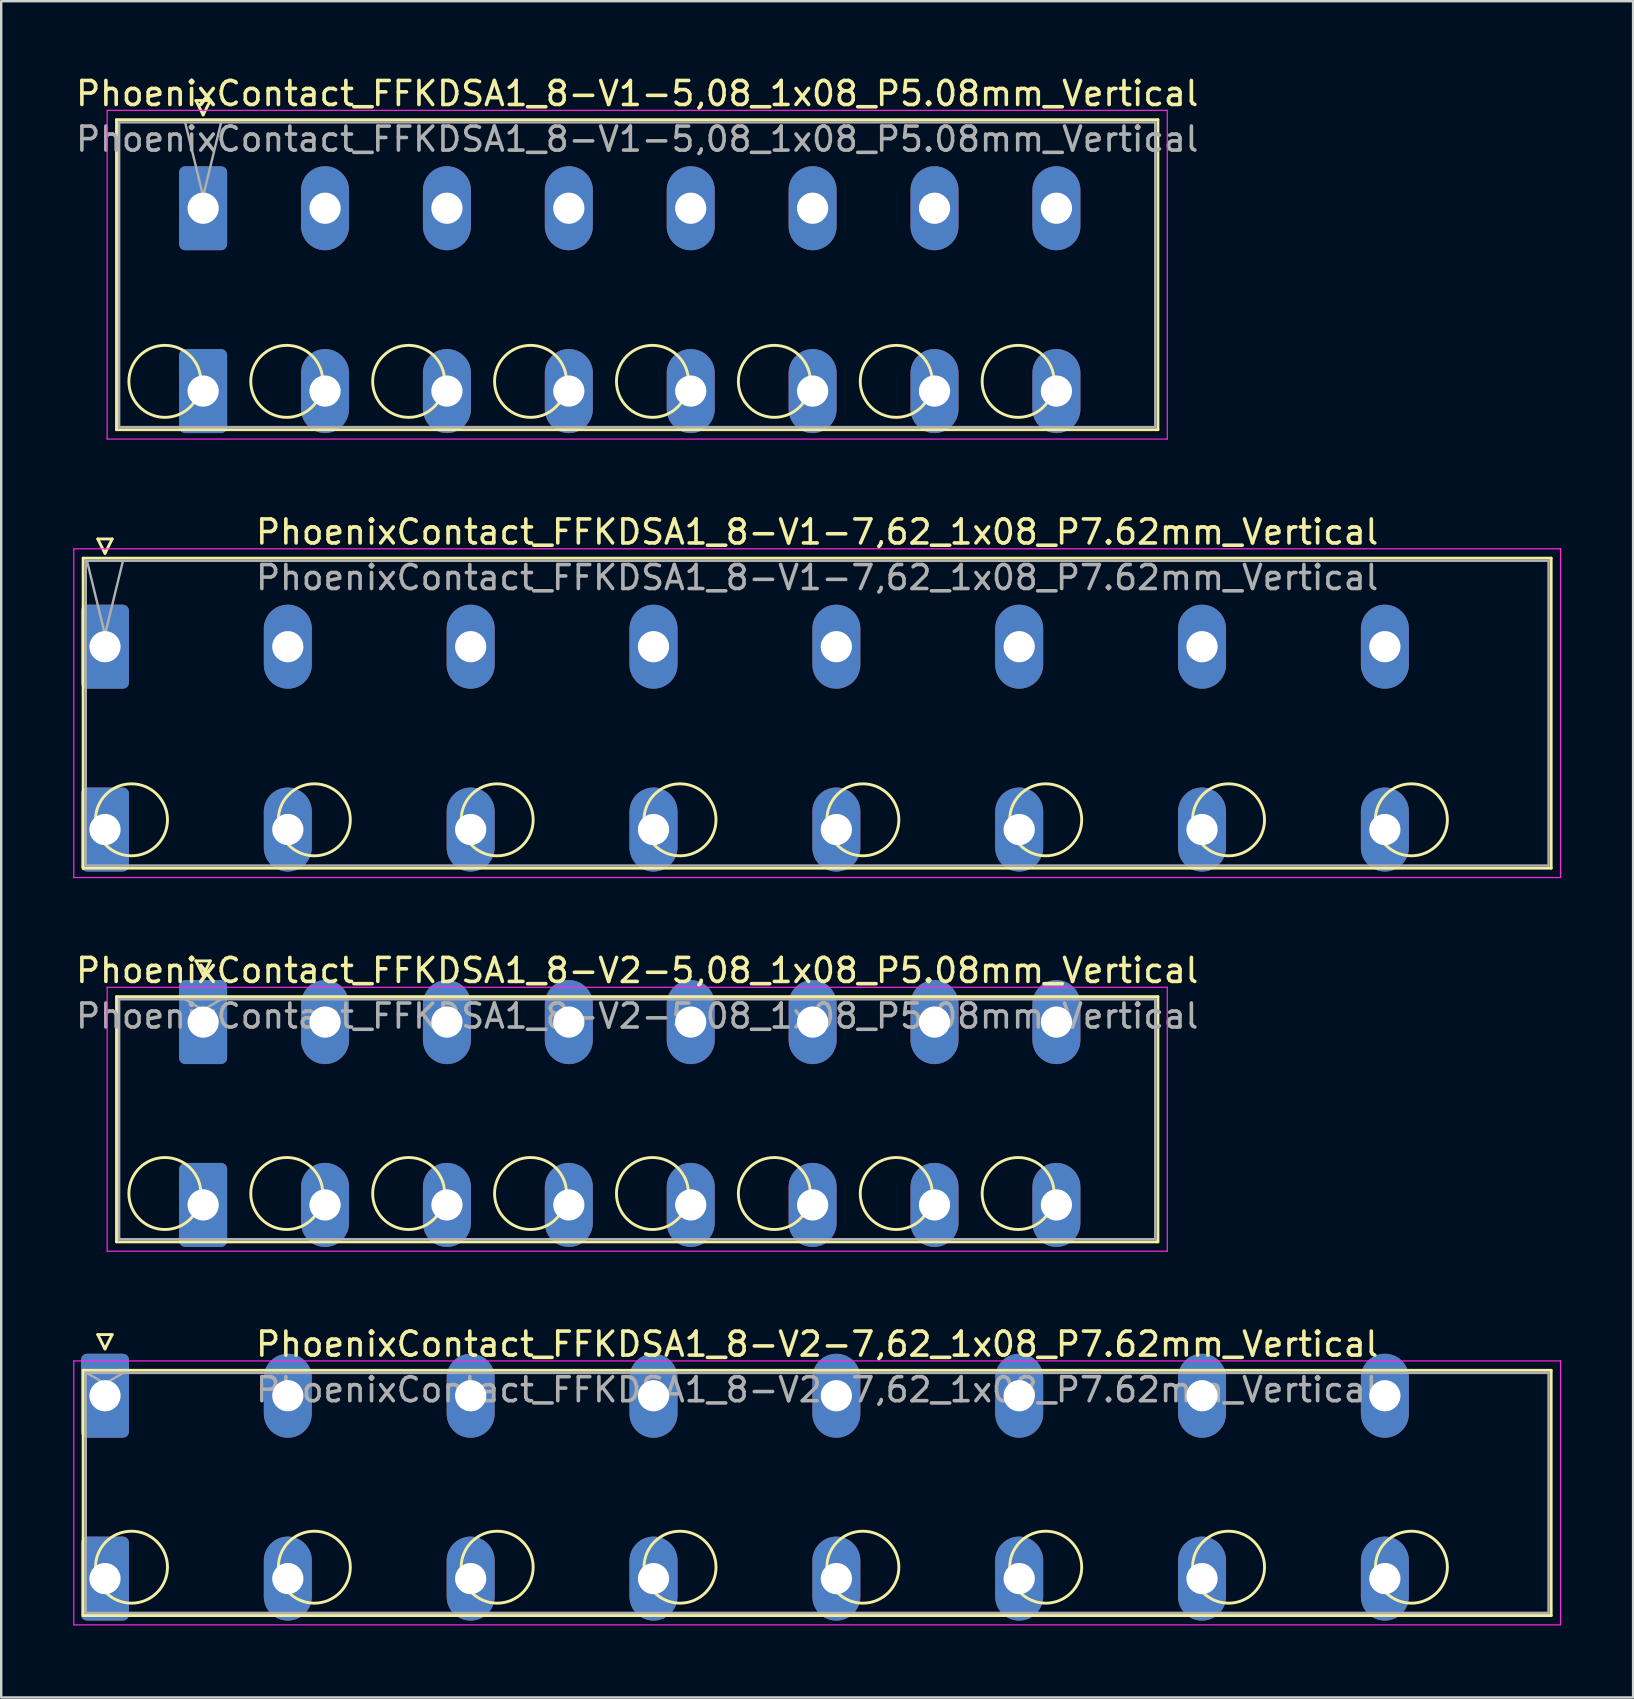
<source format=kicad_pcb>
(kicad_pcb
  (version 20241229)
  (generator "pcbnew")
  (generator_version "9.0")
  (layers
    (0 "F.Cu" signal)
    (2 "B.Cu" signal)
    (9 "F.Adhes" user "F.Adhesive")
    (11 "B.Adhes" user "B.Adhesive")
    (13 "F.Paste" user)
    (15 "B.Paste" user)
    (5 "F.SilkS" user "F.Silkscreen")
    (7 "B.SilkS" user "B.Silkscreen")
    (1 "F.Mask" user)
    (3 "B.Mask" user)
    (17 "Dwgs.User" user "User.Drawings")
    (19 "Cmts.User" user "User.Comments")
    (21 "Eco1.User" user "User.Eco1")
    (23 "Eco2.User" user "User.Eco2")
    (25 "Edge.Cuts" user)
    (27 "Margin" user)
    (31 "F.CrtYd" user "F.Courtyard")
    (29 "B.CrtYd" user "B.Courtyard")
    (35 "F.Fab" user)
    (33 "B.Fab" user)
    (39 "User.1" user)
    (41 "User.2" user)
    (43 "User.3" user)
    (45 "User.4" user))
  (footprint "PhoenixContact_FFKDSA1_8-V1-7,62_1x08_P7.62mm_Vertical"
    (layer "F.Cu")
    (at 1.325 23.901)
    (property "Reference" "PhoenixContact_FFKDSA1_8-V1-7,62_1x08_P7.62mm_Vertical" (at 29.68 -4.78 0) (layer "F.SilkS") (effects (font (size 1 1) (thickness 0.15))))
    (attr through_hole)
    (fp_line (start -0.91 -3.69) (end -0.91 9.23) (stroke (width 0.12) (type solid)) (layer "F.SilkS"))
    (fp_line (start -0.91 9.23) (end 60.27 9.23) (stroke (width 0.12) (type solid)) (layer "F.SilkS"))
    (fp_line (start -0.3 -4.49) (end 0.3 -4.49) (stroke (width 0.12) (type solid)) (layer "F.SilkS"))
    (fp_line (start 0 -3.89) (end -0.3 -4.49) (stroke (width 0.12) (type solid)) (layer "F.SilkS"))
    (fp_line (start 0.3 -4.49) (end 0 -3.89) (stroke (width 0.12) (type solid)) (layer "F.SilkS"))
    (fp_line (start 60.27 -3.69) (end -0.91 -3.69) (stroke (width 0.12) (type solid)) (layer "F.SilkS"))
    (fp_line (start 60.27 9.23) (end 60.27 -3.69) (stroke (width 0.12) (type solid)) (layer "F.SilkS"))
    (fp_circle (center 1.105 7.215) (end 2.605 7.215) (stroke (width 0.12) (type solid)) (fill no) (layer "F.SilkS"))
    (fp_circle (center 8.725 7.215) (end 10.225 7.215) (stroke (width 0.12) (type solid)) (fill no) (layer "F.SilkS"))
    (fp_circle (center 16.345 7.215) (end 17.845 7.215) (stroke (width 0.12) (type solid)) (fill no) (layer "F.SilkS"))
    (fp_circle (center 23.965 7.215) (end 25.465 7.215) (stroke (width 0.12) (type solid)) (fill no) (layer "F.SilkS"))
    (fp_circle (center 31.585 7.215) (end 33.085 7.215) (stroke (width 0.12) (type solid)) (fill no) (layer "F.SilkS"))
    (fp_circle (center 39.205 7.215) (end 40.705 7.215) (stroke (width 0.12) (type solid)) (fill no) (layer "F.SilkS"))
    (fp_circle (center 46.825 7.215) (end 48.325 7.215) (stroke (width 0.12) (type solid)) (fill no) (layer "F.SilkS"))
    (fp_circle (center 54.445 7.215) (end 55.945 7.215) (stroke (width 0.12) (type solid)) (fill no) (layer "F.SilkS"))
    (fp_line (start -1.3 -4.08) (end -1.3 9.62) (stroke (width 0.05) (type solid)) (layer "F.CrtYd"))
    (fp_line (start -1.3 9.62) (end 60.66 9.62) (stroke (width 0.05) (type solid)) (layer "F.CrtYd"))
    (fp_line (start 60.66 -4.08) (end -1.3 -4.08) (stroke (width 0.05) (type solid)) (layer "F.CrtYd"))
    (fp_line (start 60.66 9.62) (end 60.66 -4.08) (stroke (width 0.05) (type solid)) (layer "F.CrtYd"))
    (fp_line (start -0.8 -3.58) (end -0.8 9.12) (stroke (width 0.1) (type solid)) (layer "F.Fab"))
    (fp_line (start -0.8 9.12) (end 60.16 9.12) (stroke (width 0.1) (type solid)) (layer "F.Fab"))
    (fp_line (start 0 -0.5) (end -0.75 -3.58) (stroke (width 0.1) (type solid)) (layer "F.Fab"))
    (fp_line (start 0.75 -3.58) (end 0 -0.5) (stroke (width 0.1) (type solid)) (layer "F.Fab"))
    (fp_line (start 60.16 -3.58) (end -0.8 -3.58) (stroke (width 0.1) (type solid)) (layer "F.Fab"))
    (fp_line (start 60.16 9.12) (end 60.16 -3.58) (stroke (width 0.1) (type solid)) (layer "F.Fab"))
    (fp_text user "${REFERENCE}" (at 29.68 -2.88 0) (layer "F.Fab") (effects (font (size 1 1) (thickness 0.15))))
    (pad "1" thru_hole roundrect (at 0 0) (size 2 3.5) (drill 1.3) (layers "*.Cu" "*.Mask") (roundrect_rratio 0.125))
    (pad "1" thru_hole roundrect (at 0 7.62) (size 2 3.5) (drill 1.3) (layers "*.Cu" "*.Mask") (roundrect_rratio 0.125))
    (pad "2" thru_hole oval (at 7.62 0) (size 2 3.5) (drill 1.3) (layers "*.Cu" "*.Mask"))
    (pad "2" thru_hole oval (at 7.62 7.62) (size 2 3.5) (drill 1.3) (layers "*.Cu" "*.Mask"))
    (pad "3" thru_hole oval (at 15.24 0) (size 2 3.5) (drill 1.3) (layers "*.Cu" "*.Mask"))
    (pad "3" thru_hole oval (at 15.24 7.62) (size 2 3.5) (drill 1.3) (layers "*.Cu" "*.Mask"))
    (pad "4" thru_hole oval (at 22.86 0) (size 2 3.5) (drill 1.3) (layers "*.Cu" "*.Mask"))
    (pad "4" thru_hole oval (at 22.86 7.62) (size 2 3.5) (drill 1.3) (layers "*.Cu" "*.Mask"))
    (pad "5" thru_hole oval (at 30.48 0) (size 2 3.5) (drill 1.3) (layers "*.Cu" "*.Mask"))
    (pad "5" thru_hole oval (at 30.48 7.62) (size 2 3.5) (drill 1.3) (layers "*.Cu" "*.Mask"))
    (pad "6" thru_hole oval (at 38.1 0) (size 2 3.5) (drill 1.3) (layers "*.Cu" "*.Mask"))
    (pad "6" thru_hole oval (at 38.1 7.62) (size 2 3.5) (drill 1.3) (layers "*.Cu" "*.Mask"))
    (pad "7" thru_hole oval (at 45.72 0) (size 2 3.5) (drill 1.3) (layers "*.Cu" "*.Mask"))
    (pad "7" thru_hole oval (at 45.72 7.62) (size 2 3.5) (drill 1.3) (layers "*.Cu" "*.Mask"))
    (pad "8" thru_hole oval (at 53.34 0) (size 2 3.5) (drill 1.3) (layers "*.Cu" "*.Mask"))
    (pad "8" thru_hole oval (at 53.34 7.62) (size 2 3.5) (drill 1.3) (layers "*.Cu" "*.Mask")))
  (footprint "PhoenixContact_FFKDSA1_8-V2-7,62_1x08_P7.62mm_Vertical"
    (layer "F.Cu")
    (at 1.325 55.118)
    (property "Reference" "PhoenixContact_FFKDSA1_8-V2-7,62_1x08_P7.62mm_Vertical" (at 29.68 -2.15 0) (layer "F.SilkS") (effects (font (size 1 1) (thickness 0.15))))
    (attr through_hole)
    (fp_line (start -0.91 -1.06) (end -0.91 9.16) (stroke (width 0.12) (type solid)) (layer "F.SilkS"))
    (fp_line (start -0.91 9.16) (end 60.27 9.16) (stroke (width 0.12) (type solid)) (layer "F.SilkS"))
    (fp_line (start -0.3 -2.55) (end 0.3 -2.55) (stroke (width 0.12) (type solid)) (layer "F.SilkS"))
    (fp_line (start 0 -1.95) (end -0.3 -2.55) (stroke (width 0.12) (type solid)) (layer "F.SilkS"))
    (fp_line (start 0.3 -2.55) (end 0 -1.95) (stroke (width 0.12) (type solid)) (layer "F.SilkS"))
    (fp_line (start 60.27 -1.06) (end -0.91 -1.06) (stroke (width 0.12) (type solid)) (layer "F.SilkS"))
    (fp_line (start 60.27 9.16) (end 60.27 -1.06) (stroke (width 0.12) (type solid)) (layer "F.SilkS"))
    (fp_circle (center 1.105 7.145) (end 2.605 7.145) (stroke (width 0.12) (type solid)) (fill no) (layer "F.SilkS"))
    (fp_circle (center 8.725 7.145) (end 10.225 7.145) (stroke (width 0.12) (type solid)) (fill no) (layer "F.SilkS"))
    (fp_circle (center 16.345 7.145) (end 17.845 7.145) (stroke (width 0.12) (type solid)) (fill no) (layer "F.SilkS"))
    (fp_circle (center 23.965 7.145) (end 25.465 7.145) (stroke (width 0.12) (type solid)) (fill no) (layer "F.SilkS"))
    (fp_circle (center 31.585 7.145) (end 33.085 7.145) (stroke (width 0.12) (type solid)) (fill no) (layer "F.SilkS"))
    (fp_circle (center 39.205 7.145) (end 40.705 7.145) (stroke (width 0.12) (type solid)) (fill no) (layer "F.SilkS"))
    (fp_circle (center 46.825 7.145) (end 48.325 7.145) (stroke (width 0.12) (type solid)) (fill no) (layer "F.SilkS"))
    (fp_circle (center 54.445 7.145) (end 55.945 7.145) (stroke (width 0.12) (type solid)) (fill no) (layer "F.SilkS"))
    (fp_line (start -1.3 -1.45) (end -1.3 9.55) (stroke (width 0.05) (type solid)) (layer "F.CrtYd"))
    (fp_line (start -1.3 9.55) (end 60.66 9.55) (stroke (width 0.05) (type solid)) (layer "F.CrtYd"))
    (fp_line (start 60.66 -1.45) (end -1.3 -1.45) (stroke (width 0.05) (type solid)) (layer "F.CrtYd"))
    (fp_line (start 60.66 9.55) (end 60.66 -1.45) (stroke (width 0.05) (type solid)) (layer "F.CrtYd"))
    (fp_line (start -0.8 -0.95) (end -0.8 9.05) (stroke (width 0.1) (type solid)) (layer "F.Fab"))
    (fp_line (start -0.8 9.05) (end 60.16 9.05) (stroke (width 0.1) (type solid)) (layer "F.Fab"))
    (fp_line (start 0 -0.5) (end -0.75 -0.95) (stroke (width 0.1) (type solid)) (layer "F.Fab"))
    (fp_line (start 0.75 -0.95) (end 0 -0.5) (stroke (width 0.1) (type solid)) (layer "F.Fab"))
    (fp_line (start 60.16 -0.95) (end -0.8 -0.95) (stroke (width 0.1) (type solid)) (layer "F.Fab"))
    (fp_line (start 60.16 9.05) (end 60.16 -0.95) (stroke (width 0.1) (type solid)) (layer "F.Fab"))
    (fp_text user "${REFERENCE}" (at 29.68 -0.25 0) (layer "F.Fab") (effects (font (size 1 1) (thickness 0.15))))
    (pad "1" thru_hole roundrect (at 0 0) (size 2 3.5) (drill 1.3) (layers "*.Cu" "*.Mask") (roundrect_rratio 0.125))
    (pad "1" thru_hole roundrect (at 0 7.62) (size 2 3.5) (drill 1.3) (layers "*.Cu" "*.Mask") (roundrect_rratio 0.125))
    (pad "2" thru_hole oval (at 7.62 0) (size 2 3.5) (drill 1.3) (layers "*.Cu" "*.Mask"))
    (pad "2" thru_hole oval (at 7.62 7.62) (size 2 3.5) (drill 1.3) (layers "*.Cu" "*.Mask"))
    (pad "3" thru_hole oval (at 15.24 0) (size 2 3.5) (drill 1.3) (layers "*.Cu" "*.Mask"))
    (pad "3" thru_hole oval (at 15.24 7.62) (size 2 3.5) (drill 1.3) (layers "*.Cu" "*.Mask"))
    (pad "4" thru_hole oval (at 22.86 0) (size 2 3.5) (drill 1.3) (layers "*.Cu" "*.Mask"))
    (pad "4" thru_hole oval (at 22.86 7.62) (size 2 3.5) (drill 1.3) (layers "*.Cu" "*.Mask"))
    (pad "5" thru_hole oval (at 30.48 0) (size 2 3.5) (drill 1.3) (layers "*.Cu" "*.Mask"))
    (pad "5" thru_hole oval (at 30.48 7.62) (size 2 3.5) (drill 1.3) (layers "*.Cu" "*.Mask"))
    (pad "6" thru_hole oval (at 38.1 0) (size 2 3.5) (drill 1.3) (layers "*.Cu" "*.Mask"))
    (pad "6" thru_hole oval (at 38.1 7.62) (size 2 3.5) (drill 1.3) (layers "*.Cu" "*.Mask"))
    (pad "7" thru_hole oval (at 45.72 0) (size 2 3.5) (drill 1.3) (layers "*.Cu" "*.Mask"))
    (pad "7" thru_hole oval (at 45.72 7.62) (size 2 3.5) (drill 1.3) (layers "*.Cu" "*.Mask"))
    (pad "8" thru_hole oval (at 53.34 0) (size 2 3.5) (drill 1.3) (layers "*.Cu" "*.Mask"))
    (pad "8" thru_hole oval (at 53.34 7.62) (size 2 3.5) (drill 1.3) (layers "*.Cu" "*.Mask")))
  (footprint "PhoenixContact_FFKDSA1_8-V2-5,08_1x08_P5.08mm_Vertical"
    (layer "F.Cu")
    (at 5.416 39.545)
    (property "Reference" "PhoenixContact_FFKDSA1_8-V2-5,08_1x08_P5.08mm_Vertical" (at 18.09 -2.15 0) (layer "F.SilkS") (effects (font (size 1 1) (thickness 0.15))))
    (attr through_hole)
    (fp_line (start -3.61 -1.06) (end -3.61 9.16) (stroke (width 0.12) (type solid)) (layer "F.SilkS"))
    (fp_line (start -3.61 9.16) (end 39.79 9.16) (stroke (width 0.12) (type solid)) (layer "F.SilkS"))
    (fp_line (start -0.3 -2.55) (end 0.3 -2.55) (stroke (width 0.12) (type solid)) (layer "F.SilkS"))
    (fp_line (start 0 -1.95) (end -0.3 -2.55) (stroke (width 0.12) (type solid)) (layer "F.SilkS"))
    (fp_line (start 0.3 -2.55) (end 0 -1.95) (stroke (width 0.12) (type solid)) (layer "F.SilkS"))
    (fp_line (start 39.79 -1.06) (end -3.61 -1.06) (stroke (width 0.12) (type solid)) (layer "F.SilkS"))
    (fp_line (start 39.79 9.16) (end 39.79 -1.06) (stroke (width 0.12) (type solid)) (layer "F.SilkS"))
    (fp_circle (center -1.595 7.145) (end -0.095 7.145) (stroke (width 0.12) (type solid)) (fill no) (layer "F.SilkS"))
    (fp_circle (center 3.485 7.145) (end 4.985 7.145) (stroke (width 0.12) (type solid)) (fill no) (layer "F.SilkS"))
    (fp_circle (center 8.565 7.145) (end 10.065 7.145) (stroke (width 0.12) (type solid)) (fill no) (layer "F.SilkS"))
    (fp_circle (center 13.645 7.145) (end 15.145 7.145) (stroke (width 0.12) (type solid)) (fill no) (layer "F.SilkS"))
    (fp_circle (center 18.725 7.145) (end 20.225 7.145) (stroke (width 0.12) (type solid)) (fill no) (layer "F.SilkS"))
    (fp_circle (center 23.805 7.145) (end 25.305 7.145) (stroke (width 0.12) (type solid)) (fill no) (layer "F.SilkS"))
    (fp_circle (center 28.885 7.145) (end 30.385 7.145) (stroke (width 0.12) (type solid)) (fill no) (layer "F.SilkS"))
    (fp_circle (center 33.965 7.145) (end 35.465 7.145) (stroke (width 0.12) (type solid)) (fill no) (layer "F.SilkS"))
    (fp_line (start -4 -1.45) (end -4 9.55) (stroke (width 0.05) (type solid)) (layer "F.CrtYd"))
    (fp_line (start -4 9.55) (end 40.18 9.55) (stroke (width 0.05) (type solid)) (layer "F.CrtYd"))
    (fp_line (start 40.18 -1.45) (end -4 -1.45) (stroke (width 0.05) (type solid)) (layer "F.CrtYd"))
    (fp_line (start 40.18 9.55) (end 40.18 -1.45) (stroke (width 0.05) (type solid)) (layer "F.CrtYd"))
    (fp_line (start -3.5 -0.95) (end -3.5 9.05) (stroke (width 0.1) (type solid)) (layer "F.Fab"))
    (fp_line (start -3.5 9.05) (end 39.68 9.05) (stroke (width 0.1) (type solid)) (layer "F.Fab"))
    (fp_line (start 0 -0.5) (end -0.75 -0.95) (stroke (width 0.1) (type solid)) (layer "F.Fab"))
    (fp_line (start 0.75 -0.95) (end 0 -0.5) (stroke (width 0.1) (type solid)) (layer "F.Fab"))
    (fp_line (start 39.68 -0.95) (end -3.5 -0.95) (stroke (width 0.1) (type solid)) (layer "F.Fab"))
    (fp_line (start 39.68 9.05) (end 39.68 -0.95) (stroke (width 0.1) (type solid)) (layer "F.Fab"))
    (fp_text user "${REFERENCE}" (at 18.09 -0.25 0) (layer "F.Fab") (effects (font (size 1 1) (thickness 0.15))))
    (pad "1" thru_hole roundrect (at 0 0) (size 2 3.5) (drill 1.3) (layers "*.Cu" "*.Mask") (roundrect_rratio 0.125))
    (pad "1" thru_hole roundrect (at 0 7.62) (size 2 3.5) (drill 1.3) (layers "*.Cu" "*.Mask") (roundrect_rratio 0.125))
    (pad "2" thru_hole oval (at 5.08 0) (size 2 3.5) (drill 1.3) (layers "*.Cu" "*.Mask"))
    (pad "2" thru_hole oval (at 5.08 7.62) (size 2 3.5) (drill 1.3) (layers "*.Cu" "*.Mask"))
    (pad "3" thru_hole oval (at 10.16 0) (size 2 3.5) (drill 1.3) (layers "*.Cu" "*.Mask"))
    (pad "3" thru_hole oval (at 10.16 7.62) (size 2 3.5) (drill 1.3) (layers "*.Cu" "*.Mask"))
    (pad "4" thru_hole oval (at 15.24 0) (size 2 3.5) (drill 1.3) (layers "*.Cu" "*.Mask"))
    (pad "4" thru_hole oval (at 15.24 7.62) (size 2 3.5) (drill 1.3) (layers "*.Cu" "*.Mask"))
    (pad "5" thru_hole oval (at 20.32 0) (size 2 3.5) (drill 1.3) (layers "*.Cu" "*.Mask"))
    (pad "5" thru_hole oval (at 20.32 7.62) (size 2 3.5) (drill 1.3) (layers "*.Cu" "*.Mask"))
    (pad "6" thru_hole oval (at 25.4 0) (size 2 3.5) (drill 1.3) (layers "*.Cu" "*.Mask"))
    (pad "6" thru_hole oval (at 25.4 7.62) (size 2 3.5) (drill 1.3) (layers "*.Cu" "*.Mask"))
    (pad "7" thru_hole oval (at 30.48 0) (size 2 3.5) (drill 1.3) (layers "*.Cu" "*.Mask"))
    (pad "7" thru_hole oval (at 30.48 7.62) (size 2 3.5) (drill 1.3) (layers "*.Cu" "*.Mask"))
    (pad "8" thru_hole oval (at 35.56 0) (size 2 3.5) (drill 1.3) (layers "*.Cu" "*.Mask"))
    (pad "8" thru_hole oval (at 35.56 7.62) (size 2 3.5) (drill 1.3) (layers "*.Cu" "*.Mask")))
  (footprint "PhoenixContact_FFKDSA1_8-V1-5,08_1x08_P5.08mm_Vertical"
    (layer "F.Cu")
    (at 5.416 5.628)
    (property "Reference" "PhoenixContact_FFKDSA1_8-V1-5,08_1x08_P5.08mm_Vertical" (at 18.09 -4.78 0) (layer "F.SilkS") (effects (font (size 1 1) (thickness 0.15))))
    (attr through_hole)
    (fp_line (start -3.61 -3.69) (end -3.61 9.23) (stroke (width 0.12) (type solid)) (layer "F.SilkS"))
    (fp_line (start -3.61 9.23) (end 39.79 9.23) (stroke (width 0.12) (type solid)) (layer "F.SilkS"))
    (fp_line (start -0.3 -4.49) (end 0.3 -4.49) (stroke (width 0.12) (type solid)) (layer "F.SilkS"))
    (fp_line (start 0 -3.89) (end -0.3 -4.49) (stroke (width 0.12) (type solid)) (layer "F.SilkS"))
    (fp_line (start 0.3 -4.49) (end 0 -3.89) (stroke (width 0.12) (type solid)) (layer "F.SilkS"))
    (fp_line (start 39.79 -3.69) (end -3.61 -3.69) (stroke (width 0.12) (type solid)) (layer "F.SilkS"))
    (fp_line (start 39.79 9.23) (end 39.79 -3.69) (stroke (width 0.12) (type solid)) (layer "F.SilkS"))
    (fp_circle (center -1.595 7.215) (end -0.095 7.215) (stroke (width 0.12) (type solid)) (fill no) (layer "F.SilkS"))
    (fp_circle (center 3.485 7.215) (end 4.985 7.215) (stroke (width 0.12) (type solid)) (fill no) (layer "F.SilkS"))
    (fp_circle (center 8.565 7.215) (end 10.065 7.215) (stroke (width 0.12) (type solid)) (fill no) (layer "F.SilkS"))
    (fp_circle (center 13.645 7.215) (end 15.145 7.215) (stroke (width 0.12) (type solid)) (fill no) (layer "F.SilkS"))
    (fp_circle (center 18.725 7.215) (end 20.225 7.215) (stroke (width 0.12) (type solid)) (fill no) (layer "F.SilkS"))
    (fp_circle (center 23.805 7.215) (end 25.305 7.215) (stroke (width 0.12) (type solid)) (fill no) (layer "F.SilkS"))
    (fp_circle (center 28.885 7.215) (end 30.385 7.215) (stroke (width 0.12) (type solid)) (fill no) (layer "F.SilkS"))
    (fp_circle (center 33.965 7.215) (end 35.465 7.215) (stroke (width 0.12) (type solid)) (fill no) (layer "F.SilkS"))
    (fp_line (start -4 -4.08) (end -4 9.62) (stroke (width 0.05) (type solid)) (layer "F.CrtYd"))
    (fp_line (start -4 9.62) (end 40.18 9.62) (stroke (width 0.05) (type solid)) (layer "F.CrtYd"))
    (fp_line (start 40.18 -4.08) (end -4 -4.08) (stroke (width 0.05) (type solid)) (layer "F.CrtYd"))
    (fp_line (start 40.18 9.62) (end 40.18 -4.08) (stroke (width 0.05) (type solid)) (layer "F.CrtYd"))
    (fp_line (start -3.5 -3.58) (end -3.5 9.12) (stroke (width 0.1) (type solid)) (layer "F.Fab"))
    (fp_line (start -3.5 9.12) (end 39.68 9.12) (stroke (width 0.1) (type solid)) (layer "F.Fab"))
    (fp_line (start 0 -0.5) (end -0.75 -3.58) (stroke (width 0.1) (type solid)) (layer "F.Fab"))
    (fp_line (start 0.75 -3.58) (end 0 -0.5) (stroke (width 0.1) (type solid)) (layer "F.Fab"))
    (fp_line (start 39.68 -3.58) (end -3.5 -3.58) (stroke (width 0.1) (type solid)) (layer "F.Fab"))
    (fp_line (start 39.68 9.12) (end 39.68 -3.58) (stroke (width 0.1) (type solid)) (layer "F.Fab"))
    (fp_text user "${REFERENCE}" (at 18.09 -2.88 0) (layer "F.Fab") (effects (font (size 1 1) (thickness 0.15))))
    (pad "1" thru_hole roundrect (at 0 0) (size 2 3.5) (drill 1.3) (layers "*.Cu" "*.Mask") (roundrect_rratio 0.125))
    (pad "1" thru_hole roundrect (at 0 7.62) (size 2 3.5) (drill 1.3) (layers "*.Cu" "*.Mask") (roundrect_rratio 0.125))
    (pad "2" thru_hole oval (at 5.08 0) (size 2 3.5) (drill 1.3) (layers "*.Cu" "*.Mask"))
    (pad "2" thru_hole oval (at 5.08 7.62) (size 2 3.5) (drill 1.3) (layers "*.Cu" "*.Mask"))
    (pad "3" thru_hole oval (at 10.16 0) (size 2 3.5) (drill 1.3) (layers "*.Cu" "*.Mask"))
    (pad "3" thru_hole oval (at 10.16 7.62) (size 2 3.5) (drill 1.3) (layers "*.Cu" "*.Mask"))
    (pad "4" thru_hole oval (at 15.24 0) (size 2 3.5) (drill 1.3) (layers "*.Cu" "*.Mask"))
    (pad "4" thru_hole oval (at 15.24 7.62) (size 2 3.5) (drill 1.3) (layers "*.Cu" "*.Mask"))
    (pad "5" thru_hole oval (at 20.32 0) (size 2 3.5) (drill 1.3) (layers "*.Cu" "*.Mask"))
    (pad "5" thru_hole oval (at 20.32 7.62) (size 2 3.5) (drill 1.3) (layers "*.Cu" "*.Mask"))
    (pad "6" thru_hole oval (at 25.4 0) (size 2 3.5) (drill 1.3) (layers "*.Cu" "*.Mask"))
    (pad "6" thru_hole oval (at 25.4 7.62) (size 2 3.5) (drill 1.3) (layers "*.Cu" "*.Mask"))
    (pad "7" thru_hole oval (at 30.48 0) (size 2 3.5) (drill 1.3) (layers "*.Cu" "*.Mask"))
    (pad "7" thru_hole oval (at 30.48 7.62) (size 2 3.5) (drill 1.3) (layers "*.Cu" "*.Mask"))
    (pad "8" thru_hole oval (at 35.56 0) (size 2 3.5) (drill 1.3) (layers "*.Cu" "*.Mask"))
    (pad "8" thru_hole oval (at 35.56 7.62) (size 2 3.5) (drill 1.3) (layers "*.Cu" "*.Mask")))
  (gr_rect
    (start -3 -3)
    (end 65.01 67.693)
    (stroke (width 0.1) (type default))
    (fill no)
    (layer "Edge.Cuts")))
</source>
